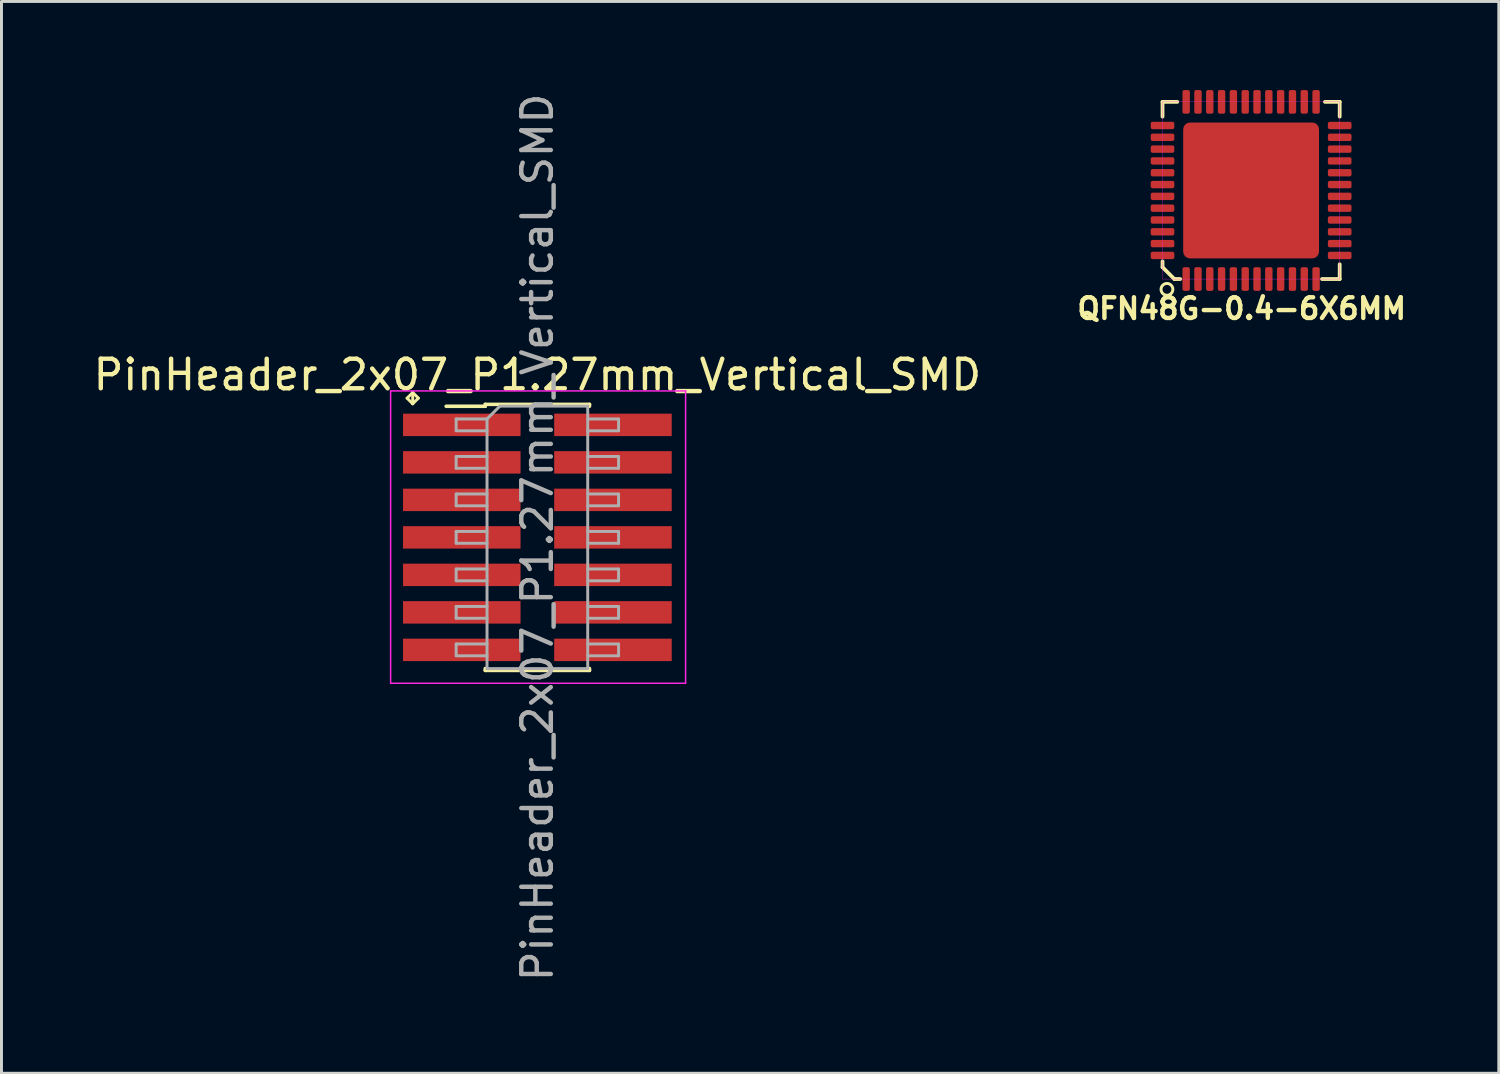
<source format=kicad_pcb>
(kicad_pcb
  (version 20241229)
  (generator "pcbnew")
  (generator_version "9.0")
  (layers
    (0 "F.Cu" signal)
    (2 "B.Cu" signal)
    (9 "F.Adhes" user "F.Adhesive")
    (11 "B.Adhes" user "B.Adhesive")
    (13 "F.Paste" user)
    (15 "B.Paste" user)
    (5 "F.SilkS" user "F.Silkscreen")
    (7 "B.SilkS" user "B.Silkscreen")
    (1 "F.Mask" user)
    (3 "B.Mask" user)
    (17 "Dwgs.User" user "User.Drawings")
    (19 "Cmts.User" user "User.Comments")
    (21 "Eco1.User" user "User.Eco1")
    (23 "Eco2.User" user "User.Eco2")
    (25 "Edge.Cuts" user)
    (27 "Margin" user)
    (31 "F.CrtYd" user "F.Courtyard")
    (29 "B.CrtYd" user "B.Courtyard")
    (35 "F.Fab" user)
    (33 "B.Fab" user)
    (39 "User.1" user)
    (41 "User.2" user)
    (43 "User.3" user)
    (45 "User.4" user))
  (footprint "PinHeader_2x07_P1.27mm_Vertical_SMD"
    (layer "F.Cu")
    (at 15.149 15.149)
    (property "Reference" "PinHeader_2x07_P1.27mm_Vertical_SMD" (at 0 -5.505 0) (layer "F.SilkS") (effects (font (size 1 1) (thickness 0.15))))
    (attr smd)
    (fp_line (start -3.09 -4.44) (end -1.765 -4.44) (stroke (width 0.12) (type solid)) (layer "F.SilkS"))
    (fp_line (start -1.765 -4.505) (end -1.765 -4.44) (stroke (width 0.12) (type solid)) (layer "F.SilkS"))
    (fp_line (start -1.765 -4.505) (end 1.765 -4.505) (stroke (width 0.12) (type solid)) (layer "F.SilkS"))
    (fp_line (start -1.765 4.44) (end -1.765 4.505) (stroke (width 0.12) (type solid)) (layer "F.SilkS"))
    (fp_line (start -1.765 4.505) (end 1.765 4.505) (stroke (width 0.12) (type solid)) (layer "F.SilkS"))
    (fp_line (start 1.765 -4.505) (end 1.765 -4.44) (stroke (width 0.12) (type solid)) (layer "F.SilkS"))
    (fp_line (start 1.765 4.44) (end 1.765 4.505) (stroke (width 0.12) (type solid)) (layer "F.SilkS"))
    (fp_line (start -4.97 -4.96) (end -4.97 4.94) (stroke (width 0.05) (type solid)) (layer "F.CrtYd"))
    (fp_line (start -4.97 4.94) (end 5.02 4.94) (stroke (width 0.05) (type solid)) (layer "F.CrtYd"))
    (fp_line (start 5.02 -4.96) (end -4.97 -4.96) (stroke (width 0.05) (type solid)) (layer "F.CrtYd"))
    (fp_line (start 5.02 4.94) (end 5.02 -4.96) (stroke (width 0.05) (type solid)) (layer "F.CrtYd"))
    (fp_line (start -2.75 -4.01) (end -2.75 -3.61) (stroke (width 0.1) (type solid)) (layer "F.Fab"))
    (fp_line (start -2.75 -3.61) (end -1.705 -3.61) (stroke (width 0.1) (type solid)) (layer "F.Fab"))
    (fp_line (start -2.75 -2.74) (end -2.75 -2.34) (stroke (width 0.1) (type solid)) (layer "F.Fab"))
    (fp_line (start -2.75 -2.34) (end -1.705 -2.34) (stroke (width 0.1) (type solid)) (layer "F.Fab"))
    (fp_line (start -2.75 -1.47) (end -2.75 -1.07) (stroke (width 0.1) (type solid)) (layer "F.Fab"))
    (fp_line (start -2.75 -1.07) (end -1.705 -1.07) (stroke (width 0.1) (type solid)) (layer "F.Fab"))
    (fp_line (start -2.75 -0.2) (end -2.75 0.2) (stroke (width 0.1) (type solid)) (layer "F.Fab"))
    (fp_line (start -2.75 0.2) (end -1.705 0.2) (stroke (width 0.1) (type solid)) (layer "F.Fab"))
    (fp_line (start -2.75 1.07) (end -2.75 1.47) (stroke (width 0.1) (type solid)) (layer "F.Fab"))
    (fp_line (start -2.75 1.47) (end -1.705 1.47) (stroke (width 0.1) (type solid)) (layer "F.Fab"))
    (fp_line (start -2.75 2.34) (end -2.75 2.74) (stroke (width 0.1) (type solid)) (layer "F.Fab"))
    (fp_line (start -2.75 2.74) (end -1.705 2.74) (stroke (width 0.1) (type solid)) (layer "F.Fab"))
    (fp_line (start -2.75 3.61) (end -2.75 4.01) (stroke (width 0.1) (type solid)) (layer "F.Fab"))
    (fp_line (start -2.75 4.01) (end -1.705 4.01) (stroke (width 0.1) (type solid)) (layer "F.Fab"))
    (fp_line (start -1.705 -4.01) (end -2.75 -4.01) (stroke (width 0.1) (type solid)) (layer "F.Fab"))
    (fp_line (start -1.705 -4.01) (end -1.27 -4.445) (stroke (width 0.1) (type solid)) (layer "F.Fab"))
    (fp_line (start -1.705 -2.74) (end -2.75 -2.74) (stroke (width 0.1) (type solid)) (layer "F.Fab"))
    (fp_line (start -1.705 -1.47) (end -2.75 -1.47) (stroke (width 0.1) (type solid)) (layer "F.Fab"))
    (fp_line (start -1.705 -0.2) (end -2.75 -0.2) (stroke (width 0.1) (type solid)) (layer "F.Fab"))
    (fp_line (start -1.705 1.07) (end -2.75 1.07) (stroke (width 0.1) (type solid)) (layer "F.Fab"))
    (fp_line (start -1.705 2.34) (end -2.75 2.34) (stroke (width 0.1) (type solid)) (layer "F.Fab"))
    (fp_line (start -1.705 3.61) (end -2.75 3.61) (stroke (width 0.1) (type solid)) (layer "F.Fab"))
    (fp_line (start -1.705 4.445) (end -1.705 -4.01) (stroke (width 0.1) (type solid)) (layer "F.Fab"))
    (fp_line (start -1.27 -4.445) (end 1.705 -4.445) (stroke (width 0.1) (type solid)) (layer "F.Fab"))
    (fp_line (start 1.705 -4.445) (end 1.705 4.445) (stroke (width 0.1) (type solid)) (layer "F.Fab"))
    (fp_line (start 1.705 -4.01) (end 2.75 -4.01) (stroke (width 0.1) (type solid)) (layer "F.Fab"))
    (fp_line (start 1.705 -2.74) (end 2.75 -2.74) (stroke (width 0.1) (type solid)) (layer "F.Fab"))
    (fp_line (start 1.705 -1.47) (end 2.75 -1.47) (stroke (width 0.1) (type solid)) (layer "F.Fab"))
    (fp_line (start 1.705 -0.2) (end 2.75 -0.2) (stroke (width 0.1) (type solid)) (layer "F.Fab"))
    (fp_line (start 1.705 1.07) (end 2.75 1.07) (stroke (width 0.1) (type solid)) (layer "F.Fab"))
    (fp_line (start 1.705 2.34) (end 2.75 2.34) (stroke (width 0.1) (type solid)) (layer "F.Fab"))
    (fp_line (start 1.705 3.61) (end 2.75 3.61) (stroke (width 0.1) (type solid)) (layer "F.Fab"))
    (fp_line (start 1.705 4.445) (end -1.705 4.445) (stroke (width 0.1) (type solid)) (layer "F.Fab"))
    (fp_line (start 2.75 -4.01) (end 2.75 -3.61) (stroke (width 0.1) (type solid)) (layer "F.Fab"))
    (fp_line (start 2.75 -3.61) (end 1.705 -3.61) (stroke (width 0.1) (type solid)) (layer "F.Fab"))
    (fp_line (start 2.75 -2.74) (end 2.75 -2.34) (stroke (width 0.1) (type solid)) (layer "F.Fab"))
    (fp_line (start 2.75 -2.34) (end 1.705 -2.34) (stroke (width 0.1) (type solid)) (layer "F.Fab"))
    (fp_line (start 2.75 -1.47) (end 2.75 -1.07) (stroke (width 0.1) (type solid)) (layer "F.Fab"))
    (fp_line (start 2.75 -1.07) (end 1.705 -1.07) (stroke (width 0.1) (type solid)) (layer "F.Fab"))
    (fp_line (start 2.75 -0.2) (end 2.75 0.2) (stroke (width 0.1) (type solid)) (layer "F.Fab"))
    (fp_line (start 2.75 0.2) (end 1.705 0.2) (stroke (width 0.1) (type solid)) (layer "F.Fab"))
    (fp_line (start 2.75 1.07) (end 2.75 1.47) (stroke (width 0.1) (type solid)) (layer "F.Fab"))
    (fp_line (start 2.75 1.47) (end 1.705 1.47) (stroke (width 0.1) (type solid)) (layer "F.Fab"))
    (fp_line (start 2.75 2.34) (end 2.75 2.74) (stroke (width 0.1) (type solid)) (layer "F.Fab"))
    (fp_line (start 2.75 2.74) (end 1.705 2.74) (stroke (width 0.1) (type solid)) (layer "F.Fab"))
    (fp_line (start 2.75 3.61) (end 2.75 4.01) (stroke (width 0.1) (type solid)) (layer "F.Fab"))
    (fp_line (start 2.75 4.01) (end 1.705 4.01) (stroke (width 0.1) (type solid)) (layer "F.Fab"))
    (fp_text user "." (at -5.24 -4.03 0) (unlocked yes) (layer "F.SilkS") (effects (font (size 4 4) (thickness 0.1)) (justify left bottom)))
    (fp_text user "${REFERENCE}" (at 0 0 90) (layer "F.Fab") (effects (font (size 1 1) (thickness 0.15))))
    (pad "1" smd rect (at -2.56 -3.81) (size 3.98 0.76) (layers "F.Cu" "F.Mask" "F.Paste"))
    (pad "2" smd rect (at 2.56 -3.81) (size 3.98 0.76) (layers "F.Cu" "F.Mask" "F.Paste"))
    (pad "3" smd rect (at -2.56 -2.54) (size 3.98 0.76) (layers "F.Cu" "F.Mask" "F.Paste"))
    (pad "4" smd rect (at 2.56 -2.54) (size 3.98 0.76) (layers "F.Cu" "F.Mask" "F.Paste"))
    (pad "5" smd rect (at -2.56 -1.27) (size 3.98 0.76) (layers "F.Cu" "F.Mask" "F.Paste"))
    (pad "6" smd rect (at 2.56 -1.27) (size 3.98 0.76) (layers "F.Cu" "F.Mask" "F.Paste"))
    (pad "7" smd rect (at -2.56 0) (size 3.98 0.76) (layers "F.Cu" "F.Mask" "F.Paste"))
    (pad "8" smd rect (at 2.56 0) (size 3.98 0.76) (layers "F.Cu" "F.Mask" "F.Paste"))
    (pad "9" smd rect (at -2.56 1.27) (size 3.98 0.76) (layers "F.Cu" "F.Mask" "F.Paste"))
    (pad "10" smd rect (at 2.56 1.27) (size 3.98 0.76) (layers "F.Cu" "F.Mask" "F.Paste"))
    (pad "11" smd rect (at -2.56 2.54) (size 3.98 0.76) (layers "F.Cu" "F.Mask" "F.Paste"))
    (pad "12" smd rect (at 2.56 2.54) (size 3.98 0.76) (layers "F.Cu" "F.Mask" "F.Paste"))
    (pad "13" smd rect (at -2.56 3.81) (size 3.98 0.76) (layers "F.Cu" "F.Mask" "F.Paste"))
    (pad "14" smd rect (at 2.56 3.81) (size 3.98 0.76) (layers "F.Cu" "F.Mask" "F.Paste")))
  (footprint "QFN48G-0.4-6X6MM"
    (layer "F.Cu")
    (at 39.321 3.4)
    (property "Reference" "QFN48G-0.4-6X6MM" (at -0.318 4.001 0) (layer "F.SilkS") (effects (font (size 0.7 0.7) (thickness 0.15))))
    (attr smd)
    (fp_line (start -3 -3) (end -2.5 -3) (stroke (width 0.127) (type solid)) (layer "F.SilkS"))
    (fp_line (start -3 -2.5) (end -3 -3) (stroke (width 0.127) (type solid)) (layer "F.SilkS"))
    (fp_line (start -3 2.4) (end -3 2.6) (stroke (width 0.127) (type solid)) (layer "F.SilkS"))
    (fp_line (start -2.6 3) (end -3 2.6) (stroke (width 0.127) (type solid)) (layer "F.SilkS"))
    (fp_line (start -2.4 3) (end -2.6 3) (stroke (width 0.127) (type solid)) (layer "F.SilkS"))
    (fp_line (start 2.4 3) (end 3 3) (stroke (width 0.127) (type solid)) (layer "F.SilkS"))
    (fp_line (start 3 -3) (end 2.5 -3) (stroke (width 0.127) (type solid)) (layer "F.SilkS"))
    (fp_line (start 3 -2.5) (end 3 -3) (stroke (width 0.127) (type solid)) (layer "F.SilkS"))
    (fp_line (start 3 3) (end 3 2.5) (stroke (width 0.127) (type solid)) (layer "F.SilkS"))
    (fp_circle (center -2.85 3.35) (end -2.65 3.35) (stroke (width 0.1) (type solid)) (fill no) (layer "F.SilkS"))
    (fp_poly (pts (xy -3.001 -3) (xy 3 -3) (xy 3 3.001) (xy -3.001 3.001)) (stroke (width 0.01) (type solid)) (fill no) (layer "F.CrtYd"))
    (pad "1" smd roundrect (at -2.2 3 90) (size 0.8 0.25) (layers "F.Cu" "F.Mask" "F.Paste") (roundrect_rratio 0.25))
    (pad "2" smd roundrect (at -1.8 3 90) (size 0.8 0.25) (layers "F.Cu" "F.Mask" "F.Paste") (roundrect_rratio 0.25))
    (pad "3" smd roundrect (at -1.4 3 90) (size 0.8 0.25) (layers "F.Cu" "F.Mask" "F.Paste") (roundrect_rratio 0.25))
    (pad "4" smd roundrect (at -1 3 90) (size 0.8 0.25) (layers "F.Cu" "F.Mask" "F.Paste") (roundrect_rratio 0.25))
    (pad "5" smd roundrect (at -0.6 3 90) (size 0.8 0.25) (layers "F.Cu" "F.Mask" "F.Paste") (roundrect_rratio 0.25))
    (pad "6" smd roundrect (at -0.2 3 90) (size 0.8 0.25) (layers "F.Cu" "F.Mask" "F.Paste") (roundrect_rratio 0.25))
    (pad "7" smd roundrect (at 0.2 3 90) (size 0.8 0.25) (layers "F.Cu" "F.Mask" "F.Paste") (roundrect_rratio 0.25))
    (pad "8" smd roundrect (at 0.6 3 90) (size 0.8 0.25) (layers "F.Cu" "F.Mask" "F.Paste") (roundrect_rratio 0.25))
    (pad "9" smd roundrect (at 1 3 90) (size 0.8 0.25) (layers "F.Cu" "F.Mask" "F.Paste") (roundrect_rratio 0.25))
    (pad "10" smd roundrect (at 1.4 3 90) (size 0.8 0.25) (layers "F.Cu" "F.Mask" "F.Paste") (roundrect_rratio 0.25))
    (pad "11" smd roundrect (at 1.8 3 90) (size 0.8 0.25) (layers "F.Cu" "F.Mask" "F.Paste") (roundrect_rratio 0.25))
    (pad "12" smd roundrect (at 2.2 3 90) (size 0.8 0.25) (layers "F.Cu" "F.Mask" "F.Paste") (roundrect_rratio 0.25))
    (pad "13" smd roundrect (at 3 2.2 180) (size 0.8 0.25) (layers "F.Cu" "F.Mask" "F.Paste") (roundrect_rratio 0.25))
    (pad "14" smd roundrect (at 3 1.8 180) (size 0.8 0.25) (layers "F.Cu" "F.Mask" "F.Paste") (roundrect_rratio 0.25))
    (pad "15" smd roundrect (at 3 1.4 180) (size 0.8 0.25) (layers "F.Cu" "F.Mask" "F.Paste") (roundrect_rratio 0.25))
    (pad "16" smd roundrect (at 3 1 180) (size 0.8 0.25) (layers "F.Cu" "F.Mask" "F.Paste") (roundrect_rratio 0.25))
    (pad "17" smd roundrect (at 3 0.6 180) (size 0.8 0.25) (layers "F.Cu" "F.Mask" "F.Paste") (roundrect_rratio 0.25))
    (pad "18" smd roundrect (at 3 0.2 180) (size 0.8 0.25) (layers "F.Cu" "F.Mask" "F.Paste") (roundrect_rratio 0.25))
    (pad "19" smd roundrect (at 3 -0.2 180) (size 0.8 0.25) (layers "F.Cu" "F.Mask" "F.Paste") (roundrect_rratio 0.25))
    (pad "20" smd roundrect (at 3 -0.6 180) (size 0.8 0.25) (layers "F.Cu" "F.Mask" "F.Paste") (roundrect_rratio 0.25))
    (pad "21" smd roundrect (at 3 -1 180) (size 0.8 0.25) (layers "F.Cu" "F.Mask" "F.Paste") (roundrect_rratio 0.25))
    (pad "22" smd roundrect (at 3 -1.4 180) (size 0.8 0.25) (layers "F.Cu" "F.Mask" "F.Paste") (roundrect_rratio 0.25))
    (pad "23" smd roundrect (at 3 -1.8 180) (size 0.8 0.25) (layers "F.Cu" "F.Mask" "F.Paste") (roundrect_rratio 0.25))
    (pad "24" smd roundrect (at 3 -2.2 180) (size 0.8 0.25) (layers "F.Cu" "F.Mask" "F.Paste") (roundrect_rratio 0.25))
    (pad "25" smd roundrect (at 2.2 -3 270) (size 0.8 0.25) (layers "F.Cu" "F.Mask" "F.Paste") (roundrect_rratio 0.25))
    (pad "26" smd roundrect (at 1.8 -3 270) (size 0.8 0.25) (layers "F.Cu" "F.Mask" "F.Paste") (roundrect_rratio 0.25))
    (pad "27" smd roundrect (at 1.4 -3 270) (size 0.8 0.25) (layers "F.Cu" "F.Mask" "F.Paste") (roundrect_rratio 0.25))
    (pad "28" smd roundrect (at 1 -3 270) (size 0.8 0.25) (layers "F.Cu" "F.Mask" "F.Paste") (roundrect_rratio 0.25))
    (pad "29" smd roundrect (at 0.6 -3 270) (size 0.8 0.25) (layers "F.Cu" "F.Mask" "F.Paste") (roundrect_rratio 0.25))
    (pad "30" smd roundrect (at 0.2 -3 270) (size 0.8 0.25) (layers "F.Cu" "F.Mask" "F.Paste") (roundrect_rratio 0.25))
    (pad "31" smd roundrect (at -0.2 -3 270) (size 0.8 0.25) (layers "F.Cu" "F.Mask" "F.Paste") (roundrect_rratio 0.25))
    (pad "32" smd roundrect (at -0.6 -3 270) (size 0.8 0.25) (layers "F.Cu" "F.Mask" "F.Paste") (roundrect_rratio 0.25))
    (pad "33" smd roundrect (at -1 -3 270) (size 0.8 0.25) (layers "F.Cu" "F.Mask" "F.Paste") (roundrect_rratio 0.25))
    (pad "34" smd roundrect (at -1.4 -3 270) (size 0.8 0.25) (layers "F.Cu" "F.Mask" "F.Paste") (roundrect_rratio 0.25))
    (pad "35" smd roundrect (at -1.8 -3 270) (size 0.8 0.25) (layers "F.Cu" "F.Mask" "F.Paste") (roundrect_rratio 0.25))
    (pad "36" smd roundrect (at -2.2 -3 270) (size 0.8 0.25) (layers "F.Cu" "F.Mask" "F.Paste") (roundrect_rratio 0.25))
    (pad "37" smd roundrect (at -3 -2.2) (size 0.8 0.25) (layers "F.Cu" "F.Mask" "F.Paste") (roundrect_rratio 0.25))
    (pad "38" smd roundrect (at -3 -1.8) (size 0.8 0.25) (layers "F.Cu" "F.Mask" "F.Paste") (roundrect_rratio 0.25))
    (pad "39" smd roundrect (at -3 -1.4) (size 0.8 0.25) (layers "F.Cu" "F.Mask" "F.Paste") (roundrect_rratio 0.25))
    (pad "40" smd roundrect (at -3 -1) (size 0.8 0.25) (layers "F.Cu" "F.Mask" "F.Paste") (roundrect_rratio 0.25))
    (pad "41" smd roundrect (at -3 -0.6) (size 0.8 0.25) (layers "F.Cu" "F.Mask" "F.Paste") (roundrect_rratio 0.25))
    (pad "42" smd roundrect (at -3 -0.2) (size 0.8 0.25) (layers "F.Cu" "F.Mask" "F.Paste") (roundrect_rratio 0.25))
    (pad "43" smd roundrect (at -3 0.2) (size 0.8 0.25) (layers "F.Cu" "F.Mask" "F.Paste") (roundrect_rratio 0.25))
    (pad "44" smd roundrect (at -3 0.6) (size 0.8 0.25) (layers "F.Cu" "F.Mask" "F.Paste") (roundrect_rratio 0.25))
    (pad "45" smd roundrect (at -3 1) (size 0.8 0.25) (layers "F.Cu" "F.Mask" "F.Paste") (roundrect_rratio 0.25))
    (pad "46" smd roundrect (at -3 1.4) (size 0.8 0.25) (layers "F.Cu" "F.Mask" "F.Paste") (roundrect_rratio 0.25))
    (pad "47" smd roundrect (at -3 1.8) (size 0.8 0.25) (layers "F.Cu" "F.Mask" "F.Paste") (roundrect_rratio 0.25))
    (pad "48" smd roundrect (at -3 2.2) (size 0.8 0.25) (layers "F.Cu" "F.Mask" "F.Paste") (roundrect_rratio 0.25))
    (pad "PAD" smd roundrect (at 0 0) (size 4.6 4.6) (layers "F.Cu" "F.Mask" "F.Paste") (roundrect_rratio 0.05)))
  (gr_rect
    (start -3 -3)
    (end 47.71 33.298)
    (stroke (width 0.1) (type default))
    (fill no)
    (layer "Edge.Cuts")))
</source>
